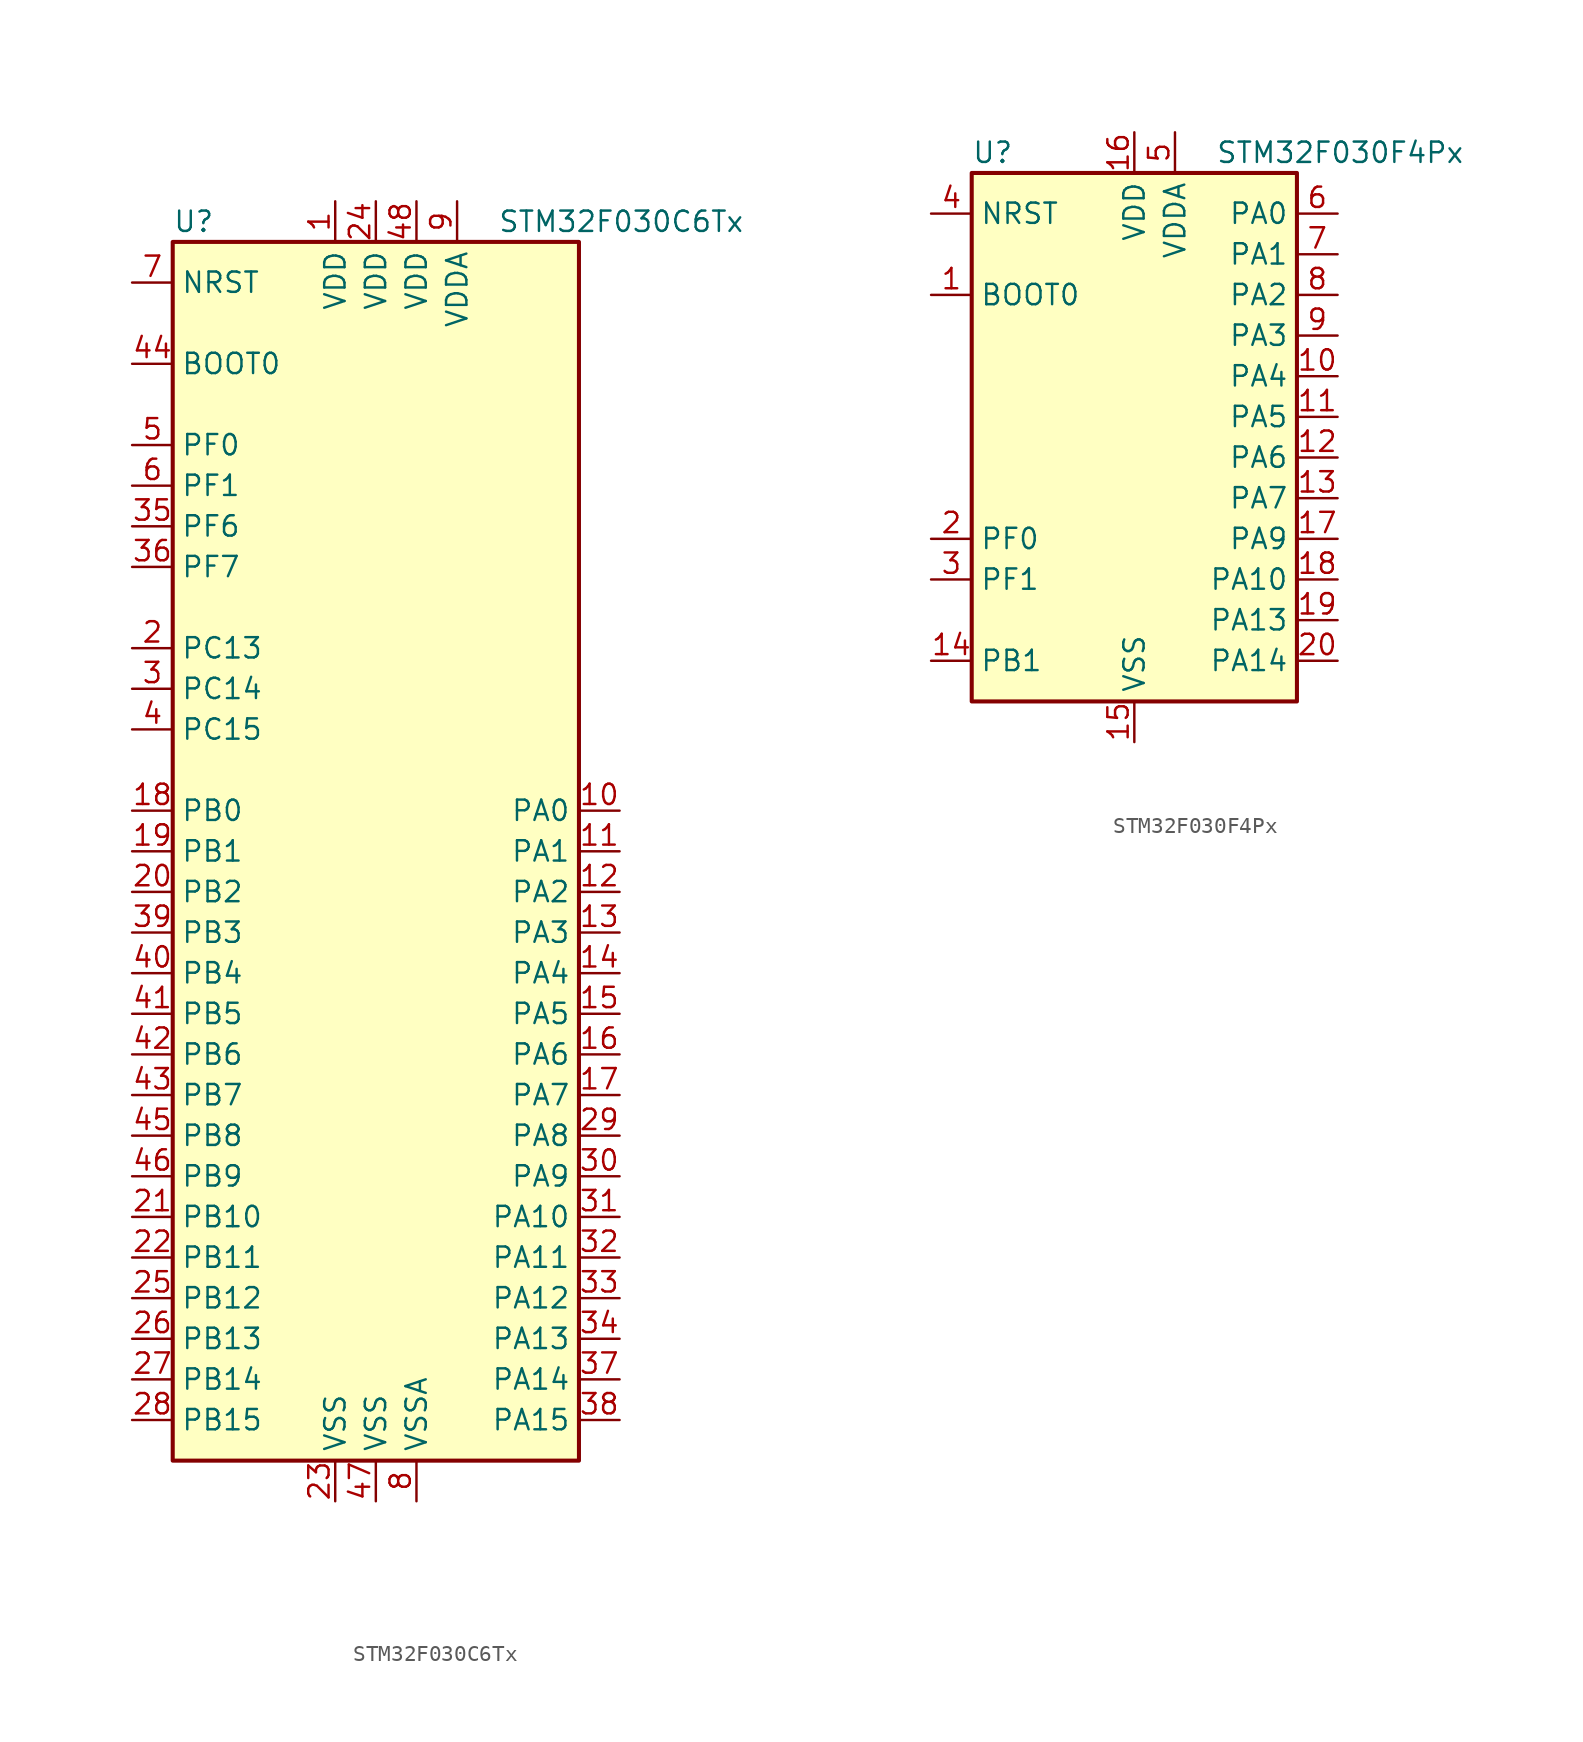
<source format=kicad_sym>
(kicad_symbol_lib
  (version 20211014)
  (generator kicad_symbol_editor)
  (symbol "STM32F030C6Tx"
    (property "Reference" "U"
      (at -12.7 39.37 0)
      (effects (font (size 1.27 1.27)) (justify left)))
    (property "Value" "STM32F030C6Tx"
      (at 7.62 39.37 0)
      (effects (font (size 1.27 1.27)) (justify left)))
    (symbol "STM32F030C6Tx_0_1"
      (rectangle (start -12.7 -38.1) (end 12.7 38.1) (stroke (width 0.254) (type default) (color 0 0 0 0)) (fill (type background))))
    (symbol "STM32F030C6Tx_1_1"
      (pin power_in line (at -2.54 40.64 270) (length 2.54) (name "VDD" (effects (font (size 1.27 1.27)))) (number "1" (effects (font (size 1.27 1.27)))))
      (pin bidirectional line (at 15.24 2.54 180) (length 2.54) (name "PA0" (effects (font (size 1.27 1.27)))) (number "10" (effects (font (size 1.27 1.27)))))
      (pin bidirectional line (at 15.24 0 180) (length 2.54) (name "PA1" (effects (font (size 1.27 1.27)))) (number "11" (effects (font (size 1.27 1.27)))))
      (pin bidirectional line (at 15.24 -2.54 180) (length 2.54) (name "PA2" (effects (font (size 1.27 1.27)))) (number "12" (effects (font (size 1.27 1.27)))))
      (pin bidirectional line (at 15.24 -5.08 180) (length 2.54) (name "PA3" (effects (font (size 1.27 1.27)))) (number "13" (effects (font (size 1.27 1.27)))))
      (pin bidirectional line (at 15.24 -7.62 180) (length 2.54) (name "PA4" (effects (font (size 1.27 1.27)))) (number "14" (effects (font (size 1.27 1.27)))))
      (pin bidirectional line (at 15.24 -10.16 180) (length 2.54) (name "PA5" (effects (font (size 1.27 1.27)))) (number "15" (effects (font (size 1.27 1.27)))))
      (pin bidirectional line (at 15.24 -12.7 180) (length 2.54) (name "PA6" (effects (font (size 1.27 1.27)))) (number "16" (effects (font (size 1.27 1.27)))))
      (pin bidirectional line (at 15.24 -15.24 180) (length 2.54) (name "PA7" (effects (font (size 1.27 1.27)))) (number "17" (effects (font (size 1.27 1.27)))))
      (pin bidirectional line (at -15.24 2.54 0) (length 2.54) (name "PB0" (effects (font (size 1.27 1.27)))) (number "18" (effects (font (size 1.27 1.27)))))
      (pin bidirectional line (at -15.24 0 0) (length 2.54) (name "PB1" (effects (font (size 1.27 1.27)))) (number "19" (effects (font (size 1.27 1.27)))))
      (pin bidirectional line (at -15.24 12.7 0) (length 2.54) (name "PC13" (effects (font (size 1.27 1.27)))) (number "2" (effects (font (size 1.27 1.27)))))
      (pin bidirectional line (at -15.24 -2.54 0) (length 2.54) (name "PB2" (effects (font (size 1.27 1.27)))) (number "20" (effects (font (size 1.27 1.27)))))
      (pin bidirectional line (at -15.24 -22.86 0) (length 2.54) (name "PB10" (effects (font (size 1.27 1.27)))) (number "21" (effects (font (size 1.27 1.27)))))
      (pin bidirectional line (at -15.24 -25.4 0) (length 2.54) (name "PB11" (effects (font (size 1.27 1.27)))) (number "22" (effects (font (size 1.27 1.27)))))
      (pin power_in line (at -2.54 -40.64 90) (length 2.54) (name "VSS" (effects (font (size 1.27 1.27)))) (number "23" (effects (font (size 1.27 1.27)))))
      (pin power_in line (at 0 40.64 270) (length 2.54) (name "VDD" (effects (font (size 1.27 1.27)))) (number "24" (effects (font (size 1.27 1.27)))))
      (pin bidirectional line (at -15.24 -27.94 0) (length 2.54) (name "PB12" (effects (font (size 1.27 1.27)))) (number "25" (effects (font (size 1.27 1.27)))))
      (pin bidirectional line (at -15.24 -30.48 0) (length 2.54) (name "PB13" (effects (font (size 1.27 1.27)))) (number "26" (effects (font (size 1.27 1.27)))))
      (pin bidirectional line (at -15.24 -33.02 0) (length 2.54) (name "PB14" (effects (font (size 1.27 1.27)))) (number "27" (effects (font (size 1.27 1.27)))))
      (pin bidirectional line (at -15.24 -35.56 0) (length 2.54) (name "PB15" (effects (font (size 1.27 1.27)))) (number "28" (effects (font (size 1.27 1.27)))))
      (pin bidirectional line (at 15.24 -17.78 180) (length 2.54) (name "PA8" (effects (font (size 1.27 1.27)))) (number "29" (effects (font (size 1.27 1.27)))))
      (pin bidirectional line (at -15.24 10.16 0) (length 2.54) (name "PC14" (effects (font (size 1.27 1.27)))) (number "3" (effects (font (size 1.27 1.27)))))
      (pin bidirectional line (at 15.24 -20.32 180) (length 2.54) (name "PA9" (effects (font (size 1.27 1.27)))) (number "30" (effects (font (size 1.27 1.27)))))
      (pin bidirectional line (at 15.24 -22.86 180) (length 2.54) (name "PA10" (effects (font (size 1.27 1.27)))) (number "31" (effects (font (size 1.27 1.27)))))
      (pin bidirectional line (at 15.24 -25.4 180) (length 2.54) (name "PA11" (effects (font (size 1.27 1.27)))) (number "32" (effects (font (size 1.27 1.27)))))
      (pin bidirectional line (at 15.24 -27.94 180) (length 2.54) (name "PA12" (effects (font (size 1.27 1.27)))) (number "33" (effects (font (size 1.27 1.27)))))
      (pin bidirectional line (at 15.24 -30.48 180) (length 2.54) (name "PA13" (effects (font (size 1.27 1.27)))) (number "34" (effects (font (size 1.27 1.27)))))
      (pin bidirectional line (at -15.24 20.32 0) (length 2.54) (name "PF6" (effects (font (size 1.27 1.27)))) (number "35" (effects (font (size 1.27 1.27)))))
      (pin bidirectional line (at -15.24 17.78 0) (length 2.54) (name "PF7" (effects (font (size 1.27 1.27)))) (number "36" (effects (font (size 1.27 1.27)))))
      (pin bidirectional line (at 15.24 -33.02 180) (length 2.54) (name "PA14" (effects (font (size 1.27 1.27)))) (number "37" (effects (font (size 1.27 1.27)))))
      (pin bidirectional line (at 15.24 -35.56 180) (length 2.54) (name "PA15" (effects (font (size 1.27 1.27)))) (number "38" (effects (font (size 1.27 1.27)))))
      (pin bidirectional line (at -15.24 -5.08 0) (length 2.54) (name "PB3" (effects (font (size 1.27 1.27)))) (number "39" (effects (font (size 1.27 1.27)))))
      (pin bidirectional line (at -15.24 7.62 0) (length 2.54) (name "PC15" (effects (font (size 1.27 1.27)))) (number "4" (effects (font (size 1.27 1.27)))))
      (pin bidirectional line (at -15.24 -7.62 0) (length 2.54) (name "PB4" (effects (font (size 1.27 1.27)))) (number "40" (effects (font (size 1.27 1.27)))))
      (pin bidirectional line (at -15.24 -10.16 0) (length 2.54) (name "PB5" (effects (font (size 1.27 1.27)))) (number "41" (effects (font (size 1.27 1.27)))))
      (pin bidirectional line (at -15.24 -12.7 0) (length 2.54) (name "PB6" (effects (font (size 1.27 1.27)))) (number "42" (effects (font (size 1.27 1.27)))))
      (pin bidirectional line (at -15.24 -15.24 0) (length 2.54) (name "PB7" (effects (font (size 1.27 1.27)))) (number "43" (effects (font (size 1.27 1.27)))))
      (pin input line (at -15.24 30.48 0) (length 2.54) (name "BOOT0" (effects (font (size 1.27 1.27)))) (number "44" (effects (font (size 1.27 1.27)))))
      (pin bidirectional line (at -15.24 -17.78 0) (length 2.54) (name "PB8" (effects (font (size 1.27 1.27)))) (number "45" (effects (font (size 1.27 1.27)))))
      (pin bidirectional line (at -15.24 -20.32 0) (length 2.54) (name "PB9" (effects (font (size 1.27 1.27)))) (number "46" (effects (font (size 1.27 1.27)))))
      (pin power_in line (at 0 -40.64 90) (length 2.54) (name "VSS" (effects (font (size 1.27 1.27)))) (number "47" (effects (font (size 1.27 1.27)))))
      (pin power_in line (at 2.54 40.64 270) (length 2.54) (name "VDD" (effects (font (size 1.27 1.27)))) (number "48" (effects (font (size 1.27 1.27)))))
      (pin input line (at -15.24 25.4 0) (length 2.54) (name "PF0" (effects (font (size 1.27 1.27)))) (number "5" (effects (font (size 1.27 1.27)))))
      (pin input line (at -15.24 22.86 0) (length 2.54) (name "PF1" (effects (font (size 1.27 1.27)))) (number "6" (effects (font (size 1.27 1.27)))))
      (pin input line (at -15.24 35.56 0) (length 2.54) (name "NRST" (effects (font (size 1.27 1.27)))) (number "7" (effects (font (size 1.27 1.27)))))
      (pin power_in line (at 2.54 -40.64 90) (length 2.54) (name "VSSA" (effects (font (size 1.27 1.27)))) (number "8" (effects (font (size 1.27 1.27)))))
      (pin power_in line (at 5.08 40.64 270) (length 2.54) (name "VDDA" (effects (font (size 1.27 1.27)))) (number "9" (effects (font (size 1.27 1.27)))))))
  (symbol "STM32F030F4Px"
    (property "Reference" "U"
      (at -10.16 16.51 0)
      (effects (font (size 1.27 1.27)) (justify left)))
    (property "Value" "STM32F030F4Px"
      (at 5.08 16.51 0)
      (effects (font (size 1.27 1.27)) (justify left)))
    (symbol "STM32F030F4Px_0_1"
      (rectangle (start -10.16 -17.78) (end 10.16 15.24) (stroke (width 0.254) (type default) (color 0 0 0 0)) (fill (type background))))
    (symbol "STM32F030F4Px_1_1"
      (pin input line (at -12.7 7.62 0) (length 2.54) (name "BOOT0" (effects (font (size 1.27 1.27)))) (number "1" (effects (font (size 1.27 1.27)))))
      (pin bidirectional line (at 12.7 2.54 180) (length 2.54) (name "PA4" (effects (font (size 1.27 1.27)))) (number "10" (effects (font (size 1.27 1.27)))))
      (pin bidirectional line (at 12.7 0 180) (length 2.54) (name "PA5" (effects (font (size 1.27 1.27)))) (number "11" (effects (font (size 1.27 1.27)))))
      (pin bidirectional line (at 12.7 -2.54 180) (length 2.54) (name "PA6" (effects (font (size 1.27 1.27)))) (number "12" (effects (font (size 1.27 1.27)))))
      (pin bidirectional line (at 12.7 -5.08 180) (length 2.54) (name "PA7" (effects (font (size 1.27 1.27)))) (number "13" (effects (font (size 1.27 1.27)))))
      (pin bidirectional line (at -12.7 -15.24 0) (length 2.54) (name "PB1" (effects (font (size 1.27 1.27)))) (number "14" (effects (font (size 1.27 1.27)))))
      (pin power_in line (at 0 -20.32 90) (length 2.54) (name "VSS" (effects (font (size 1.27 1.27)))) (number "15" (effects (font (size 1.27 1.27)))))
      (pin power_in line (at 0 17.78 270) (length 2.54) (name "VDD" (effects (font (size 1.27 1.27)))) (number "16" (effects (font (size 1.27 1.27)))))
      (pin bidirectional line (at 12.7 -7.62 180) (length 2.54) (name "PA9" (effects (font (size 1.27 1.27)))) (number "17" (effects (font (size 1.27 1.27)))))
      (pin bidirectional line (at 12.7 -10.16 180) (length 2.54) (name "PA10" (effects (font (size 1.27 1.27)))) (number "18" (effects (font (size 1.27 1.27)))))
      (pin bidirectional line (at 12.7 -12.7 180) (length 2.54) (name "PA13" (effects (font (size 1.27 1.27)))) (number "19" (effects (font (size 1.27 1.27)))))
      (pin input line (at -12.7 -7.62 0) (length 2.54) (name "PF0" (effects (font (size 1.27 1.27)))) (number "2" (effects (font (size 1.27 1.27)))))
      (pin bidirectional line (at 12.7 -15.24 180) (length 2.54) (name "PA14" (effects (font (size 1.27 1.27)))) (number "20" (effects (font (size 1.27 1.27)))))
      (pin input line (at -12.7 -10.16 0) (length 2.54) (name "PF1" (effects (font (size 1.27 1.27)))) (number "3" (effects (font (size 1.27 1.27)))))
      (pin input line (at -12.7 12.7 0) (length 2.54) (name "NRST" (effects (font (size 1.27 1.27)))) (number "4" (effects (font (size 1.27 1.27)))))
      (pin power_in line (at 2.54 17.78 270) (length 2.54) (name "VDDA" (effects (font (size 1.27 1.27)))) (number "5" (effects (font (size 1.27 1.27)))))
      (pin bidirectional line (at 12.7 12.7 180) (length 2.54) (name "PA0" (effects (font (size 1.27 1.27)))) (number "6" (effects (font (size 1.27 1.27)))))
      (pin bidirectional line (at 12.7 10.16 180) (length 2.54) (name "PA1" (effects (font (size 1.27 1.27)))) (number "7" (effects (font (size 1.27 1.27)))))
      (pin bidirectional line (at 12.7 7.62 180) (length 2.54) (name "PA2" (effects (font (size 1.27 1.27)))) (number "8" (effects (font (size 1.27 1.27)))))
      (pin bidirectional line (at 12.7 5.08 180) (length 2.54) (name "PA3" (effects (font (size 1.27 1.27)))) (number "9" (effects (font (size 1.27 1.27))))))))
</source>
